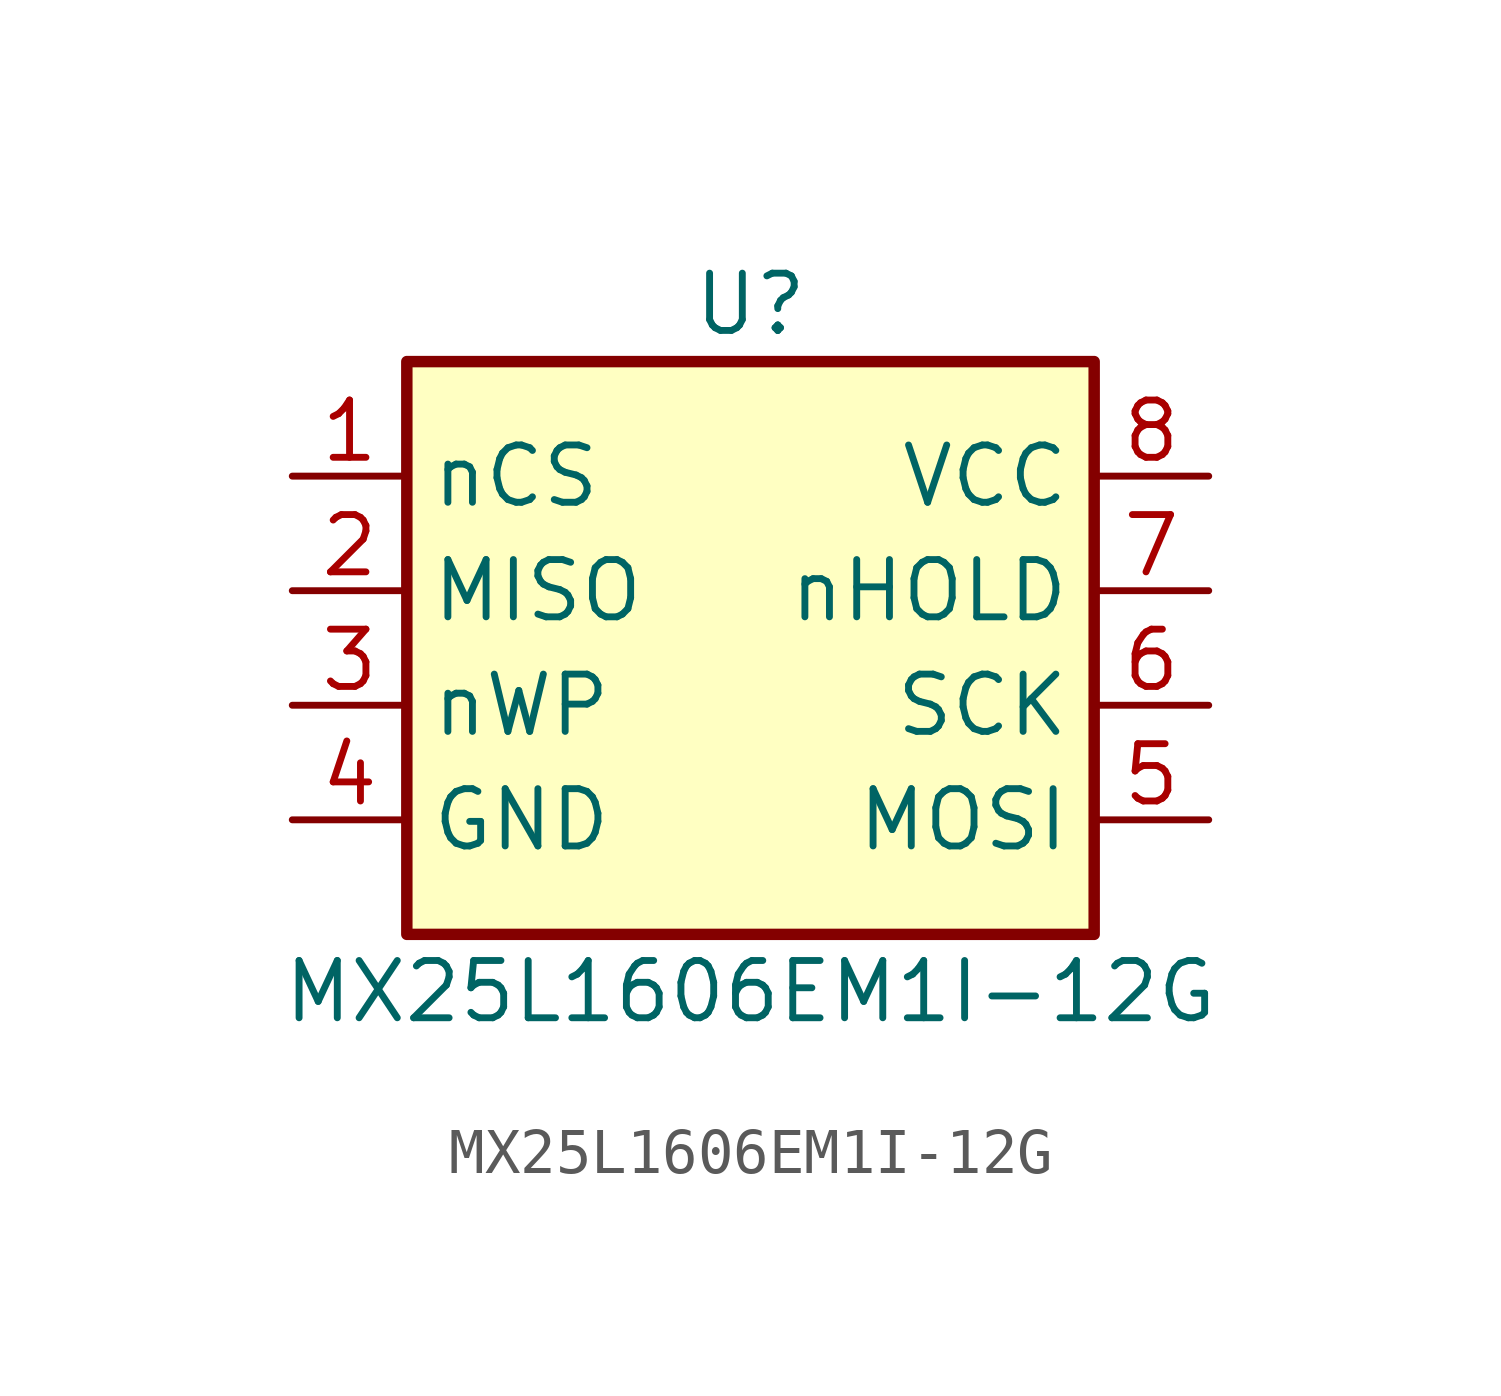
<source format=kicad_sym>
(kicad_symbol_lib
  (version 20211014)
  (generator kicad_symbol_editor)
  (symbol "MX25L1606EM1I-12G"
    (property "Reference" "U"
      (at 0 7.62 0)
      (effects (font (size 1.27 1.27))))
    (property "Value" "MX25L1606EM1I-12G"
      (at 0 -7.62 0)
      (effects (font (size 1.27 1.27))))
    (symbol "MX25L1606EM1I-12G_1_1"
      (rectangle (start -7.62 6.35) (end 7.62 -6.35) (stroke (width 0.254) (type default) (color 0 0 0 0)) (fill (type background)))
      (pin passive line (at -10.16 3.81 0) (length 2.54) (name "nCS" (effects (font (size 1.27 1.27)))) (number "1" (effects (font (size 1.27 1.27)))))
      (pin input line (at -10.16 1.27 0) (length 2.54) (name "MISO" (effects (font (size 1.27 1.27)))) (number "2" (effects (font (size 1.27 1.27)))))
      (pin input line (at -10.16 -1.27 0) (length 2.54) (name "nWP" (effects (font (size 1.27 1.27)))) (number "3" (effects (font (size 1.27 1.27)))))
      (pin power_in line (at -10.16 -3.81 0) (length 2.54) (name "GND" (effects (font (size 1.27 1.27)))) (number "4" (effects (font (size 1.27 1.27)))))
      (pin bidirectional line (at 10.16 -3.81 180) (length 2.54) (name "MOSI" (effects (font (size 1.27 1.27)))) (number "5" (effects (font (size 1.27 1.27)))))
      (pin input line (at 10.16 -1.27 180) (length 2.54) (name "SCK" (effects (font (size 1.27 1.27)))) (number "6" (effects (font (size 1.27 1.27)))))
      (pin input line (at 10.16 1.27 180) (length 2.54) (name "nHOLD" (effects (font (size 1.27 1.27)))) (number "7" (effects (font (size 1.27 1.27)))))
      (pin power_in line (at 10.16 3.81 180) (length 2.54) (name "VCC" (effects (font (size 1.27 1.27)))) (number "8" (effects (font (size 1.27 1.27))))))))
</source>
